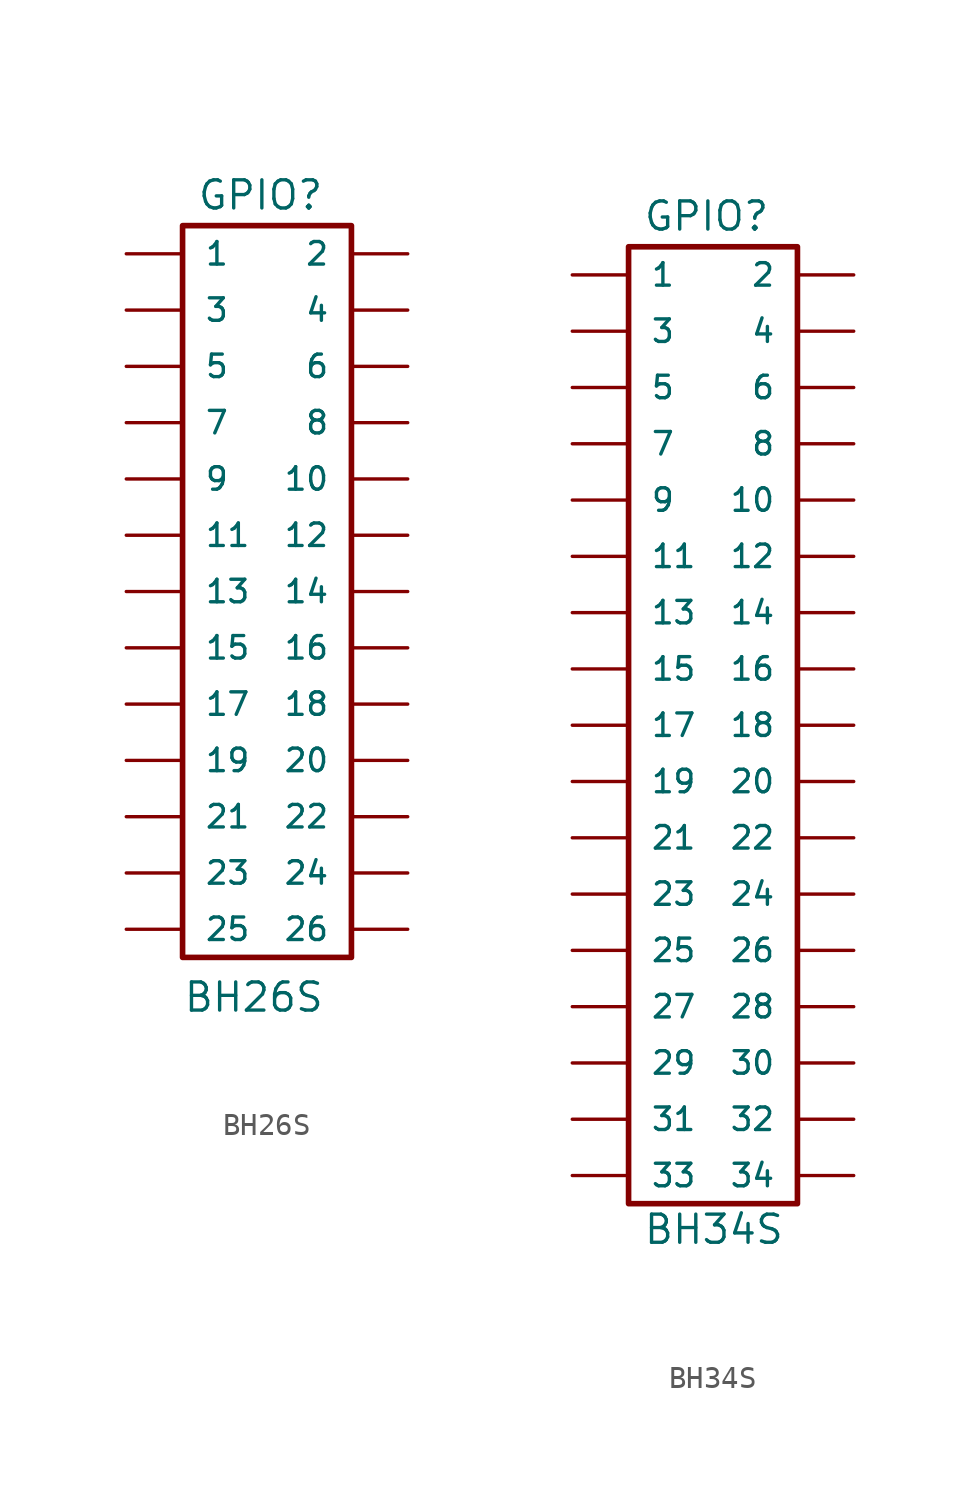
<source format=kicad_sym>
(kicad_symbol_lib
  (version 20211014)
  (generator kicad_symbol_editor)
  (symbol "BH26S"
    (pin_numbers hide)
    (pin_names
      (offset 1.016))
    (property "Reference" "GPIO"
      (at -4.445 17.145 0)
      (effects (font (size 1.27 1.27)) (justify left bottom)))
    (property "Value" "BH26S"
      (at -5.08 -19.05 0)
      (effects (font (size 1.27 1.27)) (justify left bottom)))
    (property "Datasheet" ""
      (at 0 -7.62 0)
      (effects (font (size 1.524 1.524))))
    (symbol "BH26S_1_0"
      (rectangle (start 2.54 -16.51) (end -5.08 16.51) (stroke (width 0.254) (type default) (color 0 0 0 0)) (fill (type none))))
    (symbol "BH26S_1_1"
      (pin passive line (at -7.62 15.24 0) (length 2.489) (name "1" (effects (font (size 1.016 1.016)))) (number "1" (effects (font (size 1.016 1.016)))))
      (pin passive line (at 5.08 5.08 180) (length 2.489) (name "10" (effects (font (size 1.016 1.016)))) (number "10" (effects (font (size 1.016 1.016)))))
      (pin passive line (at -7.62 2.54 0) (length 2.489) (name "11" (effects (font (size 1.016 1.016)))) (number "11" (effects (font (size 1.016 1.016)))))
      (pin passive line (at 5.08 2.54 180) (length 2.489) (name "12" (effects (font (size 1.016 1.016)))) (number "12" (effects (font (size 1.016 1.016)))))
      (pin passive line (at -7.62 0 0) (length 2.489) (name "13" (effects (font (size 1.016 1.016)))) (number "13" (effects (font (size 1.016 1.016)))))
      (pin passive line (at 5.08 0 180) (length 2.489) (name "14" (effects (font (size 1.016 1.016)))) (number "14" (effects (font (size 1.016 1.016)))))
      (pin passive line (at -7.62 -2.54 0) (length 2.489) (name "15" (effects (font (size 1.016 1.016)))) (number "15" (effects (font (size 1.016 1.016)))))
      (pin passive line (at 5.08 -2.54 180) (length 2.489) (name "16" (effects (font (size 1.016 1.016)))) (number "16" (effects (font (size 1.016 1.016)))))
      (pin passive line (at -7.62 -5.08 0) (length 2.489) (name "17" (effects (font (size 1.016 1.016)))) (number "17" (effects (font (size 1.016 1.016)))))
      (pin passive line (at 5.08 -5.08 180) (length 2.489) (name "18" (effects (font (size 1.016 1.016)))) (number "18" (effects (font (size 1.016 1.016)))))
      (pin passive line (at -7.62 -7.62 0) (length 2.489) (name "19" (effects (font (size 1.016 1.016)))) (number "19" (effects (font (size 1.016 1.016)))))
      (pin passive line (at 5.08 15.24 180) (length 2.489) (name "2" (effects (font (size 1.016 1.016)))) (number "2" (effects (font (size 1.016 1.016)))))
      (pin passive line (at 5.08 -7.62 180) (length 2.489) (name "20" (effects (font (size 1.016 1.016)))) (number "20" (effects (font (size 1.016 1.016)))))
      (pin passive line (at -7.62 -10.16 0) (length 2.489) (name "21" (effects (font (size 1.016 1.016)))) (number "21" (effects (font (size 1.016 1.016)))))
      (pin passive line (at 5.08 -10.16 180) (length 2.489) (name "22" (effects (font (size 1.016 1.016)))) (number "22" (effects (font (size 1.016 1.016)))))
      (pin passive line (at -7.62 -12.7 0) (length 2.489) (name "23" (effects (font (size 1.016 1.016)))) (number "23" (effects (font (size 1.016 1.016)))))
      (pin passive line (at 5.08 -12.7 180) (length 2.489) (name "24" (effects (font (size 1.016 1.016)))) (number "24" (effects (font (size 1.016 1.016)))))
      (pin passive line (at -7.62 -15.24 0) (length 2.489) (name "25" (effects (font (size 1.016 1.016)))) (number "25" (effects (font (size 1.016 1.016)))))
      (pin passive line (at 5.08 -15.24 180) (length 2.489) (name "26" (effects (font (size 1.016 1.016)))) (number "26" (effects (font (size 1.016 1.016)))))
      (pin passive line (at -7.62 12.7 0) (length 2.489) (name "3" (effects (font (size 1.016 1.016)))) (number "3" (effects (font (size 1.016 1.016)))))
      (pin passive line (at 5.08 12.7 180) (length 2.489) (name "4" (effects (font (size 1.016 1.016)))) (number "4" (effects (font (size 1.016 1.016)))))
      (pin passive line (at -7.62 10.16 0) (length 2.489) (name "5" (effects (font (size 1.016 1.016)))) (number "5" (effects (font (size 1.016 1.016)))))
      (pin passive line (at 5.08 10.16 180) (length 2.489) (name "6" (effects (font (size 1.016 1.016)))) (number "6" (effects (font (size 1.016 1.016)))))
      (pin passive line (at -7.62 7.62 0) (length 2.489) (name "7" (effects (font (size 1.016 1.016)))) (number "7" (effects (font (size 1.016 1.016)))))
      (pin passive line (at 5.08 7.62 180) (length 2.489) (name "8" (effects (font (size 1.016 1.016)))) (number "8" (effects (font (size 1.016 1.016)))))
      (pin passive line (at -7.62 5.08 0) (length 2.489) (name "9" (effects (font (size 1.016 1.016)))) (number "9" (effects (font (size 1.016 1.016)))))))
  (symbol "BH34S"
    (pin_numbers hide)
    (pin_names
      (offset 1.016))
    (property "Reference" "GPIO"
      (at -4.445 22.225 0)
      (effects (font (size 1.27 1.27)) (justify left bottom)))
    (property "Value" "BH34S"
      (at -4.445 -23.495 0)
      (effects (font (size 1.27 1.27)) (justify left bottom)))
    (property "Datasheet" ""
      (at 0 -2.54 0)
      (effects (font (size 1.524 1.524))))
    (property "ki_locked" ""
      (at 0 0 0)
      (effects (font (size 1.27 1.27))))
    (symbol "BH34S_1_0"
      (rectangle (start 2.54 -21.59) (end -5.08 21.59) (stroke (width 0.254) (type default) (color 0 0 0 0)) (fill (type none))))
    (symbol "BH34S_1_1"
      (pin passive line (at -7.62 20.32 0) (length 2.489) (name "1" (effects (font (size 1.016 1.016)))) (number "1" (effects (font (size 1.016 1.016)))))
      (pin passive line (at 5.08 10.16 180) (length 2.489) (name "10" (effects (font (size 1.016 1.016)))) (number "10" (effects (font (size 1.016 1.016)))))
      (pin passive line (at -7.62 7.62 0) (length 2.489) (name "11" (effects (font (size 1.016 1.016)))) (number "11" (effects (font (size 1.016 1.016)))))
      (pin passive line (at 5.08 7.62 180) (length 2.489) (name "12" (effects (font (size 1.016 1.016)))) (number "12" (effects (font (size 1.016 1.016)))))
      (pin passive line (at -7.62 5.08 0) (length 2.489) (name "13" (effects (font (size 1.016 1.016)))) (number "13" (effects (font (size 1.016 1.016)))))
      (pin passive line (at 5.08 5.08 180) (length 2.489) (name "14" (effects (font (size 1.016 1.016)))) (number "14" (effects (font (size 1.016 1.016)))))
      (pin passive line (at -7.62 2.54 0) (length 2.489) (name "15" (effects (font (size 1.016 1.016)))) (number "15" (effects (font (size 1.016 1.016)))))
      (pin passive line (at 5.08 2.54 180) (length 2.489) (name "16" (effects (font (size 1.016 1.016)))) (number "16" (effects (font (size 1.016 1.016)))))
      (pin passive line (at -7.62 0 0) (length 2.489) (name "17" (effects (font (size 1.016 1.016)))) (number "17" (effects (font (size 1.016 1.016)))))
      (pin passive line (at 5.08 0 180) (length 2.489) (name "18" (effects (font (size 1.016 1.016)))) (number "18" (effects (font (size 1.016 1.016)))))
      (pin passive line (at -7.62 -2.54 0) (length 2.489) (name "19" (effects (font (size 1.016 1.016)))) (number "19" (effects (font (size 1.016 1.016)))))
      (pin passive line (at 5.08 20.32 180) (length 2.489) (name "2" (effects (font (size 1.016 1.016)))) (number "2" (effects (font (size 1.016 1.016)))))
      (pin passive line (at 5.08 -2.54 180) (length 2.489) (name "20" (effects (font (size 1.016 1.016)))) (number "20" (effects (font (size 1.016 1.016)))))
      (pin passive line (at -7.62 -5.08 0) (length 2.489) (name "21" (effects (font (size 1.016 1.016)))) (number "21" (effects (font (size 1.016 1.016)))))
      (pin passive line (at 5.08 -5.08 180) (length 2.489) (name "22" (effects (font (size 1.016 1.016)))) (number "22" (effects (font (size 1.016 1.016)))))
      (pin passive line (at -7.62 -7.62 0) (length 2.489) (name "23" (effects (font (size 1.016 1.016)))) (number "23" (effects (font (size 1.016 1.016)))))
      (pin passive line (at 5.08 -7.62 180) (length 2.489) (name "24" (effects (font (size 1.016 1.016)))) (number "24" (effects (font (size 1.016 1.016)))))
      (pin passive line (at -7.62 -10.16 0) (length 2.489) (name "25" (effects (font (size 1.016 1.016)))) (number "25" (effects (font (size 1.016 1.016)))))
      (pin passive line (at 5.08 -10.16 180) (length 2.489) (name "26" (effects (font (size 1.016 1.016)))) (number "26" (effects (font (size 1.016 1.016)))))
      (pin passive line (at -7.62 -12.7 0) (length 2.489) (name "27" (effects (font (size 1.016 1.016)))) (number "27" (effects (font (size 1.016 1.016)))))
      (pin passive line (at 5.08 -12.7 180) (length 2.489) (name "28" (effects (font (size 1.016 1.016)))) (number "28" (effects (font (size 1.016 1.016)))))
      (pin passive line (at -7.62 -15.24 0) (length 2.489) (name "29" (effects (font (size 1.016 1.016)))) (number "29" (effects (font (size 1.016 1.016)))))
      (pin passive line (at -7.62 17.78 0) (length 2.489) (name "3" (effects (font (size 1.016 1.016)))) (number "3" (effects (font (size 1.016 1.016)))))
      (pin passive line (at 5.08 -15.24 180) (length 2.489) (name "30" (effects (font (size 1.016 1.016)))) (number "30" (effects (font (size 1.016 1.016)))))
      (pin passive line (at -7.62 -17.78 0) (length 2.489) (name "31" (effects (font (size 1.016 1.016)))) (number "31" (effects (font (size 1.016 1.016)))))
      (pin passive line (at 5.08 -17.78 180) (length 2.489) (name "32" (effects (font (size 1.016 1.016)))) (number "32" (effects (font (size 1.016 1.016)))))
      (pin passive line (at -7.62 -20.32 0) (length 2.489) (name "33" (effects (font (size 1.016 1.016)))) (number "33" (effects (font (size 1.016 1.016)))))
      (pin passive line (at 5.08 -20.32 180) (length 2.489) (name "34" (effects (font (size 1.016 1.016)))) (number "34" (effects (font (size 1.016 1.016)))))
      (pin passive line (at 5.08 17.78 180) (length 2.489) (name "4" (effects (font (size 1.016 1.016)))) (number "4" (effects (font (size 1.016 1.016)))))
      (pin passive line (at -7.62 15.24 0) (length 2.489) (name "5" (effects (font (size 1.016 1.016)))) (number "5" (effects (font (size 1.016 1.016)))))
      (pin passive line (at 5.08 15.24 180) (length 2.489) (name "6" (effects (font (size 1.016 1.016)))) (number "6" (effects (font (size 1.016 1.016)))))
      (pin passive line (at -7.62 12.7 0) (length 2.489) (name "7" (effects (font (size 1.016 1.016)))) (number "7" (effects (font (size 1.016 1.016)))))
      (pin passive line (at 5.08 12.7 180) (length 2.489) (name "8" (effects (font (size 1.016 1.016)))) (number "8" (effects (font (size 1.016 1.016)))))
      (pin passive line (at -7.62 10.16 0) (length 2.489) (name "9" (effects (font (size 1.016 1.016)))) (number "9" (effects (font (size 1.016 1.016))))))))
</source>
